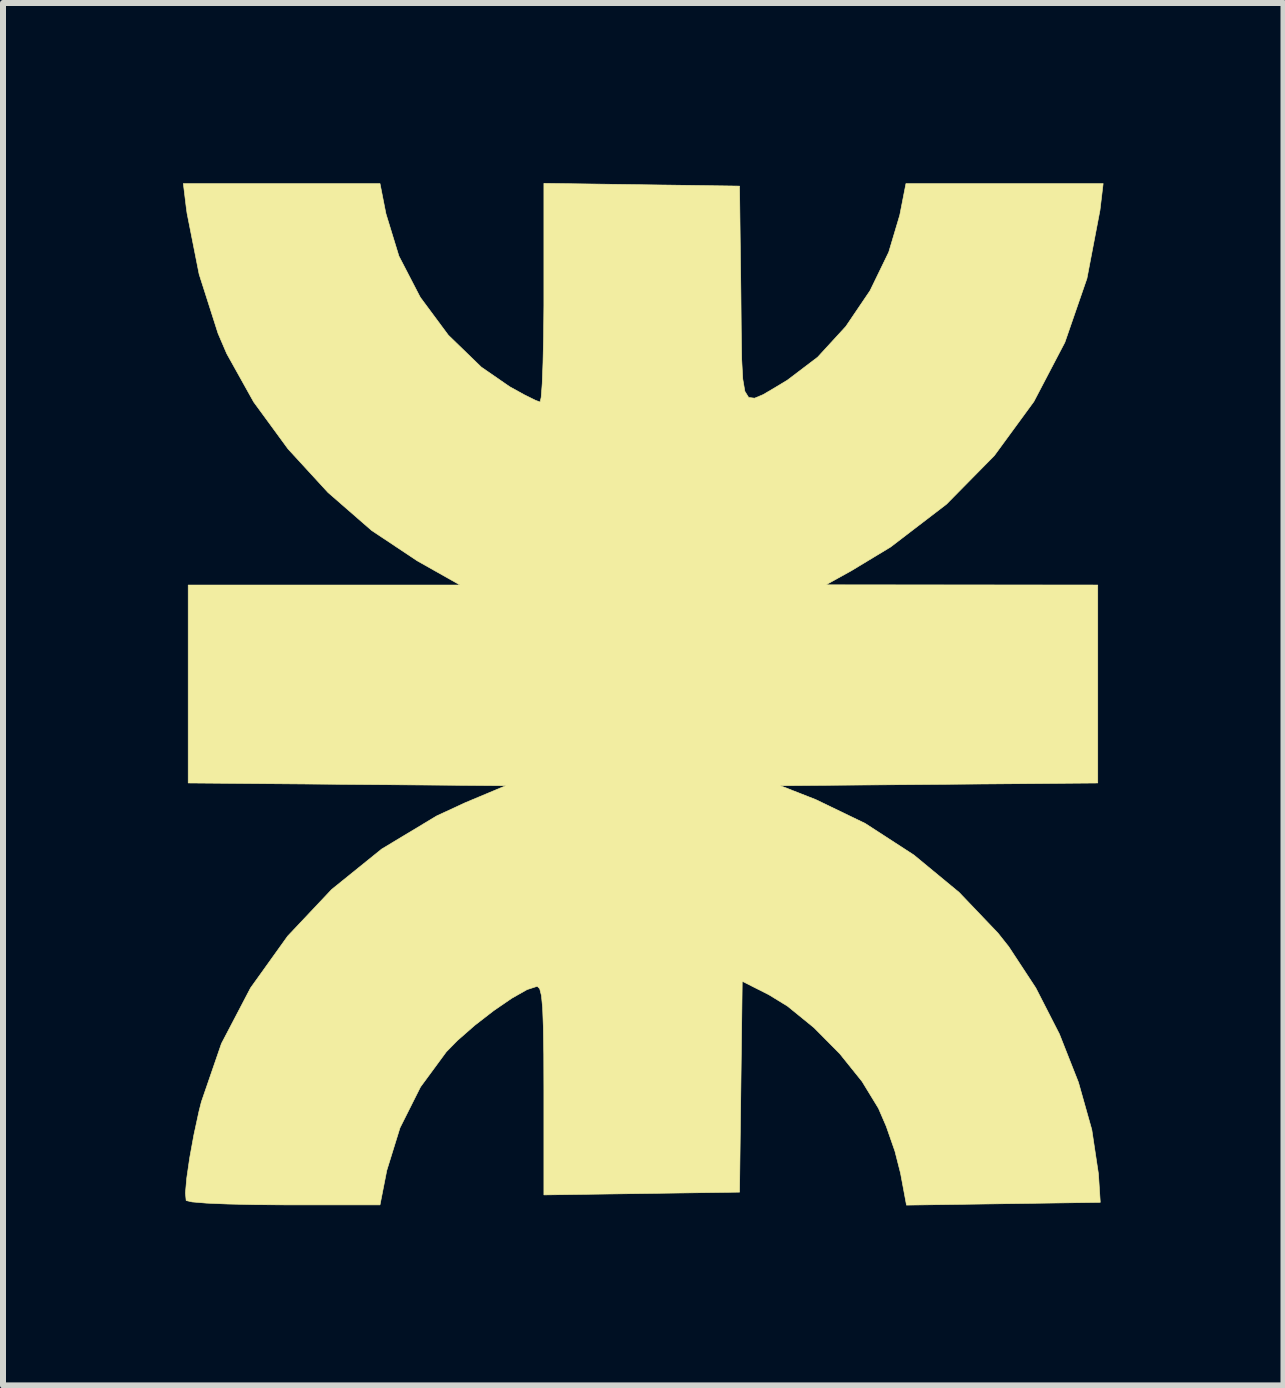
<source format=kicad_pcb>
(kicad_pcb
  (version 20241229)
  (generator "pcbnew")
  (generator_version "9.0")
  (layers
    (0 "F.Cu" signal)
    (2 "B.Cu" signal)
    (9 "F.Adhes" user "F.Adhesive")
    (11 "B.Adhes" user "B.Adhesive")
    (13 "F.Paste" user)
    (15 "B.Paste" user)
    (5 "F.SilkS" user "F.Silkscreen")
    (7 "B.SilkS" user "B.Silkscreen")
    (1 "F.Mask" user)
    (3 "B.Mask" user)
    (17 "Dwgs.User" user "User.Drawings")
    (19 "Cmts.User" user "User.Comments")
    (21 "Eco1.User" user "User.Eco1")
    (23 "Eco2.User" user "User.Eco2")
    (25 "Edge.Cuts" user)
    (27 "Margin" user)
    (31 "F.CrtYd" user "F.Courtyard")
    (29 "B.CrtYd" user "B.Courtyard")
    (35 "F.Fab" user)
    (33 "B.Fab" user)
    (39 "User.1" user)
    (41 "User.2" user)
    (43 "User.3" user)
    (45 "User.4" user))
  (footprint "LogoUTN"
    (layer "F.Cu")
    (at 7.791 8.645)
    (property "Reference" "LogoUTN" (at 0 0 0) (layer "F.SilkS") (effects (font (size 1.524 1.524) (thickness 0.3))))
    (attr through_hole)
    (fp_poly (pts (xy -0.148 -8.617) (xy 1.482 -8.594) (xy 1.505 -6.786) (xy 1.511 -6.17) (xy 1.518 -5.706) (xy 1.536 -5.379) (xy 1.571 -5.174) (xy 1.634 -5.072) (xy 1.733 -5.06) (xy 1.876 -5.12) (xy 2.073 -5.236) (xy 2.277 -5.359) (xy 2.783 -5.743) (xy 3.253 -6.255) (xy 3.657 -6.852) (xy 3.968 -7.493) (xy 4.152 -8.11) (xy 4.255 -8.636) (xy 7.541 -8.636) (xy 7.488 -8.191) (xy 7.271 -7.055) (xy 6.903 -5.99) (xy 6.387 -5.004) (xy 5.728 -4.103) (xy 4.93 -3.293) (xy 3.999 -2.58) (xy 3.344 -2.184) (xy 2.921 -1.95) (xy 7.451 -1.947) (xy 7.451 1.352) (xy 4.806 1.375) (xy 2.161 1.397) (xy 2.753 1.629) (xy 3.576 2.026) (xy 4.387 2.552) (xy 5.14 3.174) (xy 5.789 3.854) (xy 5.968 4.08) (xy 6.419 4.767) (xy 6.812 5.535) (xy 7.129 6.339) (xy 7.352 7.13) (xy 7.462 7.862) (xy 7.463 7.874) (xy 7.493 8.34) (xy 5.878 8.363) (xy 4.264 8.386) (xy 4.165 7.855) (xy 4.071 7.487) (xy 3.927 7.074) (xy 3.797 6.773) (xy 3.524 6.326) (xy 3.152 5.863) (xy 2.723 5.43) (xy 2.283 5.072) (xy 1.97 4.88) (xy 1.527 4.656) (xy 1.482 8.17) (xy -1.778 8.216) (xy -1.778 6.479) (xy -1.78 5.876) (xy -1.787 5.423) (xy -1.799 5.102) (xy -1.819 4.894) (xy -1.848 4.78) (xy -1.886 4.742) (xy -1.892 4.741) (xy -2.059 4.795) (xy -2.313 4.939) (xy -2.615 5.146) (xy -2.93 5.39) (xy -3.22 5.644) (xy -3.404 5.832) (xy -3.834 6.417) (xy -4.176 7.098) (xy -4.396 7.808) (xy -4.406 7.859) (xy -4.509 8.382) (xy -6.102 8.382) (xy -6.604 8.378) (xy -7.046 8.368) (xy -7.4 8.353) (xy -7.64 8.333) (xy -7.739 8.31) (xy -7.739 8.31) (xy -7.751 8.185) (xy -7.729 7.935) (xy -7.68 7.598) (xy -7.61 7.214) (xy -7.525 6.822) (xy -7.486 6.667) (xy -7.151 5.694) (xy -6.666 4.767) (xy -6.048 3.904) (xy -5.314 3.126) (xy -4.48 2.452) (xy -3.565 1.901) (xy -3.09 1.681) (xy -2.413 1.397) (xy -5.059 1.375) (xy -7.705 1.352) (xy -7.705 -1.947) (xy -5.44 -1.947) (xy -3.175 -1.947) (xy -3.889 -2.35) (xy -4.649 -2.856) (xy -5.376 -3.489) (xy -6.042 -4.215) (xy -6.614 -4.997) (xy -7.063 -5.802) (xy -7.208 -6.14) (xy -7.523 -7.126) (xy -7.724 -8.14) (xy -7.737 -8.234) (xy -7.786 -8.636) (xy -4.509 -8.636) (xy -4.41 -8.133) (xy -4.194 -7.428) (xy -3.838 -6.741) (xy -3.371 -6.111) (xy -2.821 -5.578) (xy -2.349 -5.252) (xy -2.103 -5.116) (xy -1.917 -5.024) (xy -1.841 -4.996) (xy -1.823 -5.076) (xy -1.806 -5.302) (xy -1.793 -5.647) (xy -1.783 -6.089) (xy -1.778 -6.603) (xy -1.778 -6.817) (xy -1.778 -8.64) (xy -0.148 -8.617)) (stroke (width 0.01) (type solid)) (fill yes) (layer "F.SilkS")))
  (gr_rect
    (start -3 -3)
    (end 18.337 20.035)
    (stroke (width 0.1) (type default))
    (fill no)
    (layer "Edge.Cuts")))
</source>
